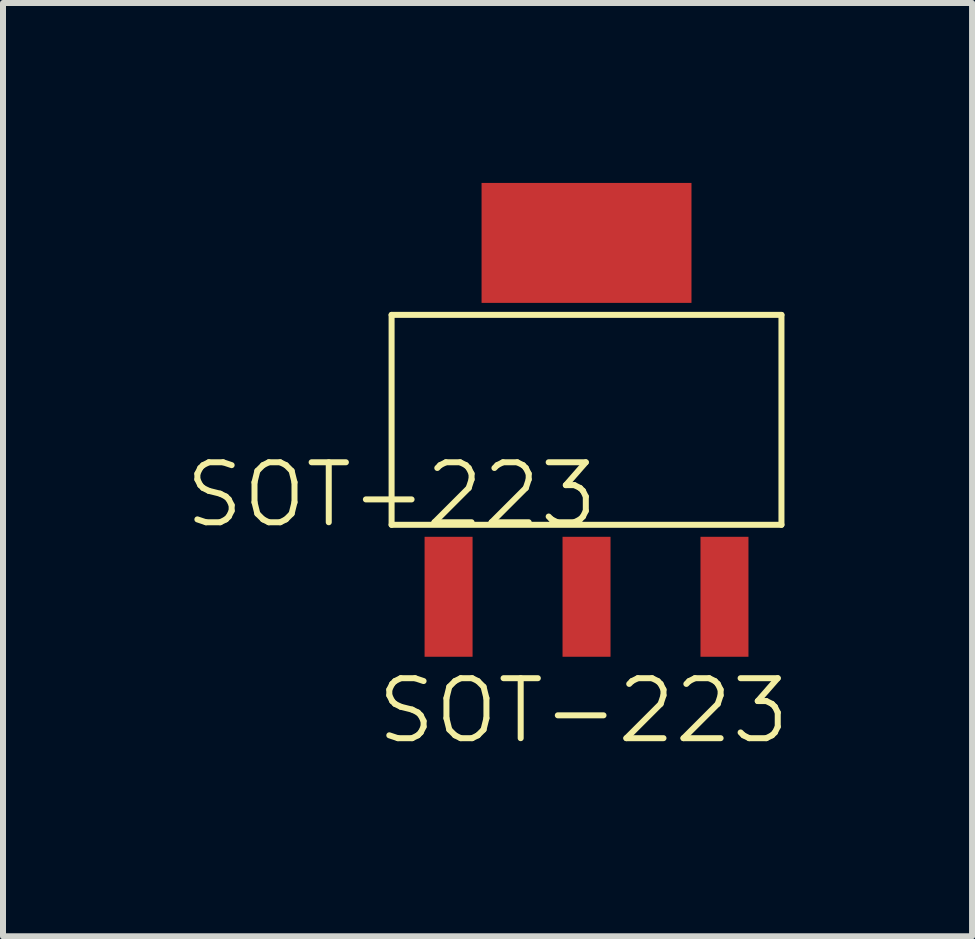
<source format=kicad_pcb>
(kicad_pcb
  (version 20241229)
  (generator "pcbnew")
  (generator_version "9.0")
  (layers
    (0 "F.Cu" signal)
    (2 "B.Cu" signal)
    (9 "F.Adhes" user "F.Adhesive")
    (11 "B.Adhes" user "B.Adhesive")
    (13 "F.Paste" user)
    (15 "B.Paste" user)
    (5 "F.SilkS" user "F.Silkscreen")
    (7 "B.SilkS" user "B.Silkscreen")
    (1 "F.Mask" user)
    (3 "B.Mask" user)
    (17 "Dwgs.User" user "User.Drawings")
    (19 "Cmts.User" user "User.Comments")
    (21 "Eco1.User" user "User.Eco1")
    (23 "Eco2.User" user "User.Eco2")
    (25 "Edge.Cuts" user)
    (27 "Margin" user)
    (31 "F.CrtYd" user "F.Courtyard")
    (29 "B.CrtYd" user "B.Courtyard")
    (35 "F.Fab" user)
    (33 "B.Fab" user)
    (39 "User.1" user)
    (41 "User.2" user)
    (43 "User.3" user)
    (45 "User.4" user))
  (footprint "SOT-223"
    (layer "F.Cu")
    (at 3.479 5.7)
    (property "Reference" "SOT-223" (at 0 -0.5 0) (unlocked yes) (layer "F.SilkS") (effects (font (size 1 1) (thickness 0.1))))
    (attr smd)
    (fp_line (start 0 -3.5) (end 0 0) (stroke (width 0.1) (type default)) (layer "F.SilkS"))
    (fp_line (start 0 0) (end 6.5 0) (stroke (width 0.1) (type default)) (layer "F.SilkS"))
    (fp_line (start 6.5 -3.5) (end 0 -3.5) (stroke (width 0.1) (type default)) (layer "F.SilkS"))
    (fp_line (start 6.5 0) (end 6.5 -3.5) (stroke (width 0.1) (type default)) (layer "F.SilkS"))
    (fp_text user "${REFERENCE}" (at 3.2 3.1 0) (unlocked yes) (layer "F.SilkS") (effects (font (size 1 1) (thickness 0.1))))
    (pad "1" smd rect (at 0.95 1.2) (size 0.8 2) (layers "F.Cu" "F.Mask" "F.Paste"))
    (pad "2" smd rect (at 3.25 -4.7) (size 3.5 2) (layers "F.Cu" "F.Mask" "F.Paste"))
    (pad "2" smd rect (at 3.25 1.2) (size 0.8 2) (layers "F.Cu" "F.Mask" "F.Paste"))
    (pad "3" smd rect (at 5.55 1.2) (size 0.8 2) (layers "F.Cu" "F.Mask" "F.Paste")))
  (gr_rect
    (start -3 -3)
    (end 13.157 12.56)
    (stroke (width 0.1) (type default))
    (fill no)
    (layer "Edge.Cuts")))
</source>
